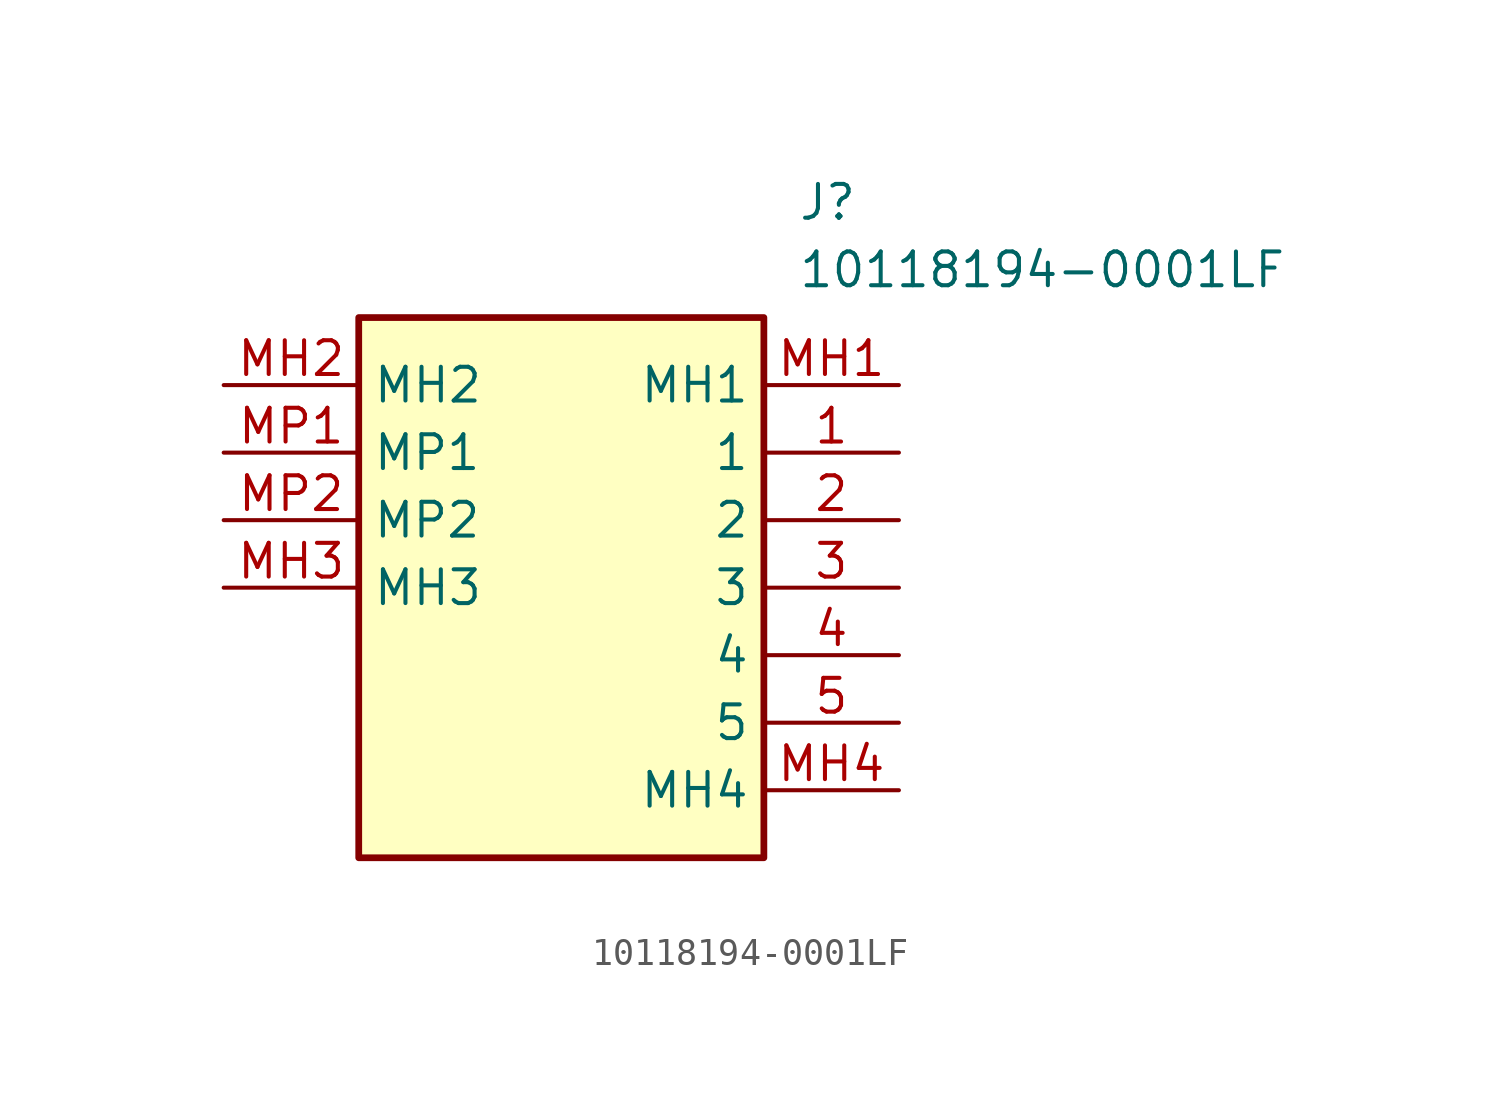
<source format=kicad_sym>
(kicad_symbol_lib
  (version 20211014)
  (generator SamacSys_ECAD_Model)
  (symbol "10118194-0001LF"
    (property "Reference" "J"
      (at 21.59 7.62 0)
      (effects (font (size 1.27 1.27)) (justify left top)))
    (property "Value" "10118194-0001LF"
      (at 21.59 5.08 0)
      (effects (font (size 1.27 1.27)) (justify left top)))
    (rectangle
      (start 5.08 2.54)
      (end 20.32 -17.78)
      (stroke (width 0.254) (type default))
      (fill (type background)))
    (pin passive line
      (at 25.4 -2.54 180)
      (length 5.08)
      (name "1" (effects (font (size 1.27 1.27))))
      (number "1" (effects (font (size 1.27 1.27)))))
    (pin passive line
      (at 25.4 -5.08 180)
      (length 5.08)
      (name "2" (effects (font (size 1.27 1.27))))
      (number "2" (effects (font (size 1.27 1.27)))))
    (pin passive line
      (at 25.4 -7.62 180)
      (length 5.08)
      (name "3" (effects (font (size 1.27 1.27))))
      (number "3" (effects (font (size 1.27 1.27)))))
    (pin passive line
      (at 25.4 -10.16 180)
      (length 5.08)
      (name "4" (effects (font (size 1.27 1.27))))
      (number "4" (effects (font (size 1.27 1.27)))))
    (pin passive line
      (at 25.4 -12.7 180)
      (length 5.08)
      (name "5" (effects (font (size 1.27 1.27))))
      (number "5" (effects (font (size 1.27 1.27)))))
    (pin passive line
      (at 25.4 0 180)
      (length 5.08)
      (name "MH1" (effects (font (size 1.27 1.27))))
      (number "MH1" (effects (font (size 1.27 1.27)))))
    (pin passive line
      (at 0 0 0)
      (length 5.08)
      (name "MH2" (effects (font (size 1.27 1.27))))
      (number "MH2" (effects (font (size 1.27 1.27)))))
    (pin passive line
      (at 0 -7.62 0)
      (length 5.08)
      (name "MH3" (effects (font (size 1.27 1.27))))
      (number "MH3" (effects (font (size 1.27 1.27)))))
    (pin passive line
      (at 25.4 -15.24 180)
      (length 5.08)
      (name "MH4" (effects (font (size 1.27 1.27))))
      (number "MH4" (effects (font (size 1.27 1.27)))))
    (pin passive line
      (at 0 -2.54 0)
      (length 5.08)
      (name "MP1" (effects (font (size 1.27 1.27))))
      (number "MP1" (effects (font (size 1.27 1.27)))))
    (pin passive line
      (at 0 -5.08 0)
      (length 5.08)
      (name "MP2" (effects (font (size 1.27 1.27))))
      (number "MP2" (effects (font (size 1.27 1.27)))))))
</source>
